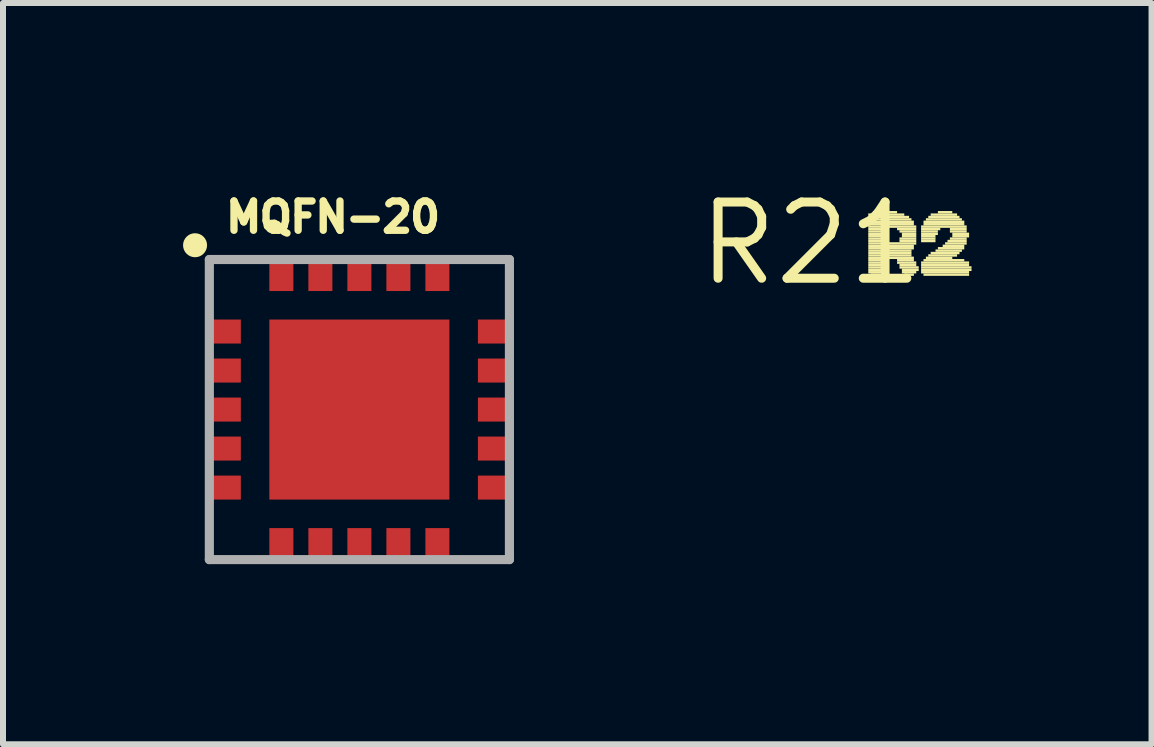
<source format=kicad_pcb>
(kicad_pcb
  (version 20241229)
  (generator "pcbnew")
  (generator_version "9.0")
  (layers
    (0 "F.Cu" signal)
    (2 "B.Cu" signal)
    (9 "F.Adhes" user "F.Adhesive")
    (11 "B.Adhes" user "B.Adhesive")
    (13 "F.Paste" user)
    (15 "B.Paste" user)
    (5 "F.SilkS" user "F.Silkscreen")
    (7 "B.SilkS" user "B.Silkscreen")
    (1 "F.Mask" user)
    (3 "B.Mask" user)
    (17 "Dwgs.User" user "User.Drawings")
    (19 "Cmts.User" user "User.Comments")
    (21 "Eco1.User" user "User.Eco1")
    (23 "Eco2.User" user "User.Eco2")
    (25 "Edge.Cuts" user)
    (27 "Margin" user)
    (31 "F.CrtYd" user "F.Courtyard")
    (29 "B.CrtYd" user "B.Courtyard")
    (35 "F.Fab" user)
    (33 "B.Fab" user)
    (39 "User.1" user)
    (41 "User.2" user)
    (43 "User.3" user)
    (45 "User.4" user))
  (footprint "MQFN-20"
    (layer "F.Cu")
    (at 2.938 3.774)
    (property "Reference" "MQFN-20" (at -2.286 -2.921 0) (layer "F.SilkS") (effects (font (size 0.488 0.488) (thickness 0.122)) (justify left bottom)))
    (fp_circle (center -2.738 -2.738) (end -2.638 -2.738) (stroke (width 0.2) (type solid)) (fill no) (layer "F.SilkS"))
    (fp_poly (pts (xy -0.5 0.5) (xy 0.5 0.5) (xy 0.5 -0.5) (xy -0.5 -0.5)) (stroke (width 0) (type default)) (fill yes) (layer "F.Paste"))
    (fp_line (start -2.5 -2.5) (end 2.5 -2.5) (stroke (width 0.152) (type solid)) (layer "F.Fab"))
    (fp_line (start -2.5 2.5) (end -2.5 -2.5) (stroke (width 0.152) (type solid)) (layer "F.Fab"))
    (fp_line (start 2.5 -2.5) (end 2.5 2.5) (stroke (width 0.152) (type solid)) (layer "F.Fab"))
    (fp_line (start 2.5 2.5) (end -2.5 2.5) (stroke (width 0.152) (type solid)) (layer "F.Fab"))
    (pad "1" smd rect (at -2.25 -1.3 90) (size 0.4 0.55) (layers "F.Cu" "F.Mask" "F.Paste"))
    (pad "2" smd rect (at -2.25 -0.65 90) (size 0.4 0.55) (layers "F.Cu" "F.Mask" "F.Paste"))
    (pad "3" smd rect (at -2.25 0 90) (size 0.4 0.55) (layers "F.Cu" "F.Mask" "F.Paste"))
    (pad "4" smd rect (at -2.25 0.65 90) (size 0.4 0.55) (layers "F.Cu" "F.Mask" "F.Paste"))
    (pad "5" smd rect (at -2.25 1.3 90) (size 0.4 0.55) (layers "F.Cu" "F.Mask" "F.Paste"))
    (pad "6" smd rect (at -1.3 2.25 180) (size 0.4 0.55) (layers "F.Cu" "F.Mask" "F.Paste"))
    (pad "7" smd rect (at -0.65 2.25 180) (size 0.4 0.55) (layers "F.Cu" "F.Mask" "F.Paste"))
    (pad "8" smd rect (at 0 2.25 180) (size 0.4 0.55) (layers "F.Cu" "F.Mask" "F.Paste"))
    (pad "9" smd rect (at 0.65 2.25 180) (size 0.4 0.55) (layers "F.Cu" "F.Mask" "F.Paste"))
    (pad "10" smd rect (at 1.3 2.25 180) (size 0.4 0.55) (layers "F.Cu" "F.Mask" "F.Paste"))
    (pad "11" smd rect (at 2.25 1.3 270) (size 0.4 0.55) (layers "F.Cu" "F.Mask" "F.Paste"))
    (pad "12" smd rect (at 2.25 0.65 90) (size 0.4 0.55) (layers "F.Cu" "F.Mask" "F.Paste"))
    (pad "13" smd rect (at 2.25 0 90) (size 0.4 0.55) (layers "F.Cu" "F.Mask" "F.Paste"))
    (pad "14" smd rect (at 2.25 -0.65 90) (size 0.4 0.55) (layers "F.Cu" "F.Mask" "F.Paste"))
    (pad "15" smd rect (at 2.25 -1.3 90) (size 0.4 0.55) (layers "F.Cu" "F.Mask" "F.Paste"))
    (pad "16" smd rect (at 1.3 -2.25) (size 0.4 0.55) (layers "F.Cu" "F.Mask" "F.Paste"))
    (pad "17" smd rect (at 0.65 -2.25) (size 0.4 0.55) (layers "F.Cu" "F.Mask" "F.Paste"))
    (pad "18" smd rect (at 0 -2.25) (size 0.4 0.55) (layers "F.Cu" "F.Mask" "F.Paste"))
    (pad "19" smd rect (at -0.65 -2.25) (size 0.4 0.55) (layers "F.Cu" "F.Mask" "F.Paste"))
    (pad "20" smd rect (at -1.3 -2.25) (size 0.4 0.55) (layers "F.Cu" "F.Mask" "F.Paste"))
    (pad "21" smd rect (at 0 0) (size 3 3) (layers "F.Cu" "F.Mask")))
  (footprint "R21"
    (layer "F.Cu")
    (at 10.457 1.006)
    (property "Reference" "R21" (at 0 0 0) (layer "F.SilkS") (effects (font (size 1.27 1.27) (thickness 0.15))))
    (fp_poly (pts (xy 0.96 -0.46) (xy 1.56 -0.46) (xy 1.56 -0.5) (xy 0.96 -0.5)) (stroke (width 0) (type default)) (fill yes) (layer "F.SilkS"))
    (fp_poly (pts (xy 0.96 -0.42) (xy 1.64 -0.42) (xy 1.64 -0.46) (xy 0.96 -0.46)) (stroke (width 0) (type default)) (fill yes) (layer "F.SilkS"))
    (fp_poly (pts (xy 0.96 -0.38) (xy 1.68 -0.38) (xy 1.68 -0.42) (xy 0.96 -0.42)) (stroke (width 0) (type default)) (fill yes) (layer "F.SilkS"))
    (fp_poly (pts (xy 0.96 -0.34) (xy 1.72 -0.34) (xy 1.72 -0.38) (xy 0.96 -0.38)) (stroke (width 0) (type default)) (fill yes) (layer "F.SilkS"))
    (fp_poly (pts (xy 0.96 -0.3) (xy 1.72 -0.3) (xy 1.72 -0.34) (xy 0.96 -0.34)) (stroke (width 0) (type default)) (fill yes) (layer "F.SilkS"))
    (fp_poly (pts (xy 0.96 -0.26) (xy 1.76 -0.26) (xy 1.76 -0.3) (xy 0.96 -0.3)) (stroke (width 0) (type default)) (fill yes) (layer "F.SilkS"))
    (fp_poly (pts (xy 0.96 -0.22) (xy 1.2 -0.22) (xy 1.2 -0.26) (xy 0.96 -0.26)) (stroke (width 0) (type default)) (fill yes) (layer "F.SilkS"))
    (fp_poly (pts (xy 0.96 -0.18) (xy 1.2 -0.18) (xy 1.2 -0.22) (xy 0.96 -0.22)) (stroke (width 0) (type default)) (fill yes) (layer "F.SilkS"))
    (fp_poly (pts (xy 0.96 -0.14) (xy 1.2 -0.14) (xy 1.2 -0.18) (xy 0.96 -0.18)) (stroke (width 0) (type default)) (fill yes) (layer "F.SilkS"))
    (fp_poly (pts (xy 0.96 -0.1) (xy 1.2 -0.1) (xy 1.2 -0.14) (xy 0.96 -0.14)) (stroke (width 0) (type default)) (fill yes) (layer "F.SilkS"))
    (fp_poly (pts (xy 0.96 -0.06) (xy 1.2 -0.06) (xy 1.2 -0.1) (xy 0.96 -0.1)) (stroke (width 0) (type default)) (fill yes) (layer "F.SilkS"))
    (fp_poly (pts (xy 0.96 -0.02) (xy 1.2 -0.02) (xy 1.2 -0.06) (xy 0.96 -0.06)) (stroke (width 0) (type default)) (fill yes) (layer "F.SilkS"))
    (fp_poly (pts (xy 0.96 0.02) (xy 1.76 0.02) (xy 1.76 -0.02) (xy 0.96 -0.02)) (stroke (width 0) (type default)) (fill yes) (layer "F.SilkS"))
    (fp_poly (pts (xy 0.96 0.06) (xy 1.72 0.06) (xy 1.72 0.02) (xy 0.96 0.02)) (stroke (width 0) (type default)) (fill yes) (layer "F.SilkS"))
    (fp_poly (pts (xy 0.96 0.1) (xy 1.72 0.1) (xy 1.72 0.06) (xy 0.96 0.06)) (stroke (width 0) (type default)) (fill yes) (layer "F.SilkS"))
    (fp_poly (pts (xy 0.96 0.14) (xy 1.68 0.14) (xy 1.68 0.1) (xy 0.96 0.1)) (stroke (width 0) (type default)) (fill yes) (layer "F.SilkS"))
    (fp_poly (pts (xy 0.96 0.18) (xy 1.68 0.18) (xy 1.68 0.14) (xy 0.96 0.14)) (stroke (width 0) (type default)) (fill yes) (layer "F.SilkS"))
    (fp_poly (pts (xy 0.96 0.22) (xy 1.68 0.22) (xy 1.68 0.18) (xy 0.96 0.18)) (stroke (width 0) (type default)) (fill yes) (layer "F.SilkS"))
    (fp_poly (pts (xy 0.96 0.26) (xy 1.72 0.26) (xy 1.72 0.22) (xy 0.96 0.22)) (stroke (width 0) (type default)) (fill yes) (layer "F.SilkS"))
    (fp_poly (pts (xy 0.96 0.3) (xy 1.2 0.3) (xy 1.2 0.26) (xy 0.96 0.26)) (stroke (width 0) (type default)) (fill yes) (layer "F.SilkS"))
    (fp_poly (pts (xy 0.96 0.34) (xy 1.2 0.34) (xy 1.2 0.3) (xy 0.96 0.3)) (stroke (width 0) (type default)) (fill yes) (layer "F.SilkS"))
    (fp_poly (pts (xy 0.96 0.38) (xy 1.2 0.38) (xy 1.2 0.34) (xy 0.96 0.34)) (stroke (width 0) (type default)) (fill yes) (layer "F.SilkS"))
    (fp_poly (pts (xy 0.96 0.42) (xy 1.2 0.42) (xy 1.2 0.38) (xy 0.96 0.38)) (stroke (width 0) (type default)) (fill yes) (layer "F.SilkS"))
    (fp_poly (pts (xy 0.96 0.46) (xy 1.2 0.46) (xy 1.2 0.42) (xy 0.96 0.42)) (stroke (width 0) (type default)) (fill yes) (layer "F.SilkS"))
    (fp_poly (pts (xy 0.96 0.5) (xy 1.2 0.5) (xy 1.2 0.46) (xy 0.96 0.46)) (stroke (width 0) (type default)) (fill yes) (layer "F.SilkS"))
    (fp_poly (pts (xy 1 0.54) (xy 1.16 0.54) (xy 1.16 0.5) (xy 1 0.5)) (stroke (width 0) (type default)) (fill yes) (layer "F.SilkS"))
    (fp_poly (pts (xy 1.04 -0.5) (xy 1.44 -0.5) (xy 1.44 -0.54) (xy 1.04 -0.54)) (stroke (width 0) (type default)) (fill yes) (layer "F.SilkS"))
    (fp_poly (pts (xy 1.44 -0.22) (xy 1.76 -0.22) (xy 1.76 -0.26) (xy 1.44 -0.26)) (stroke (width 0) (type default)) (fill yes) (layer "F.SilkS"))
    (fp_poly (pts (xy 1.44 0.3) (xy 1.72 0.3) (xy 1.72 0.26) (xy 1.44 0.26)) (stroke (width 0) (type default)) (fill yes) (layer "F.SilkS"))
    (fp_poly (pts (xy 1.44 0.34) (xy 1.76 0.34) (xy 1.76 0.3) (xy 1.44 0.3)) (stroke (width 0) (type default)) (fill yes) (layer "F.SilkS"))
    (fp_poly (pts (xy 1.48 -0.18) (xy 1.76 -0.18) (xy 1.76 -0.22) (xy 1.48 -0.22)) (stroke (width 0) (type default)) (fill yes) (layer "F.SilkS"))
    (fp_poly (pts (xy 1.48 -0.06) (xy 1.76 -0.06) (xy 1.76 -0.1) (xy 1.48 -0.1)) (stroke (width 0) (type default)) (fill yes) (layer "F.SilkS"))
    (fp_poly (pts (xy 1.48 -0.02) (xy 1.76 -0.02) (xy 1.76 -0.06) (xy 1.48 -0.06)) (stroke (width 0) (type default)) (fill yes) (layer "F.SilkS"))
    (fp_poly (pts (xy 1.48 0.38) (xy 1.76 0.38) (xy 1.76 0.34) (xy 1.48 0.34)) (stroke (width 0) (type default)) (fill yes) (layer "F.SilkS"))
    (fp_poly (pts (xy 1.48 0.42) (xy 1.8 0.42) (xy 1.8 0.38) (xy 1.48 0.38)) (stroke (width 0) (type default)) (fill yes) (layer "F.SilkS"))
    (fp_poly (pts (xy 1.52 -0.14) (xy 1.76 -0.14) (xy 1.76 -0.18) (xy 1.52 -0.18)) (stroke (width 0) (type default)) (fill yes) (layer "F.SilkS"))
    (fp_poly (pts (xy 1.52 -0.1) (xy 1.76 -0.1) (xy 1.76 -0.14) (xy 1.52 -0.14)) (stroke (width 0) (type default)) (fill yes) (layer "F.SilkS"))
    (fp_poly (pts (xy 1.52 0.46) (xy 1.8 0.46) (xy 1.8 0.42) (xy 1.52 0.42)) (stroke (width 0) (type default)) (fill yes) (layer "F.SilkS"))
    (fp_poly (pts (xy 1.52 0.5) (xy 1.76 0.5) (xy 1.76 0.46) (xy 1.52 0.46)) (stroke (width 0) (type default)) (fill yes) (layer "F.SilkS"))
    (fp_poly (pts (xy 1.56 0.54) (xy 1.72 0.54) (xy 1.72 0.5) (xy 1.56 0.5)) (stroke (width 0) (type default)) (fill yes) (layer "F.SilkS"))
    (fp_poly (pts (xy 1.84 -0.26) (xy 2.6 -0.26) (xy 2.6 -0.3) (xy 1.84 -0.3)) (stroke (width 0) (type default)) (fill yes) (layer "F.SilkS"))
    (fp_poly (pts (xy 1.84 -0.22) (xy 2.16 -0.22) (xy 2.16 -0.26) (xy 1.84 -0.26)) (stroke (width 0) (type default)) (fill yes) (layer "F.SilkS"))
    (fp_poly (pts (xy 1.84 -0.18) (xy 2.12 -0.18) (xy 2.12 -0.22) (xy 1.84 -0.22)) (stroke (width 0) (type default)) (fill yes) (layer "F.SilkS"))
    (fp_poly (pts (xy 1.84 -0.14) (xy 2.12 -0.14) (xy 2.12 -0.18) (xy 1.84 -0.18)) (stroke (width 0) (type default)) (fill yes) (layer "F.SilkS"))
    (fp_poly (pts (xy 1.84 -0.1) (xy 2.08 -0.1) (xy 2.08 -0.14) (xy 1.84 -0.14)) (stroke (width 0) (type default)) (fill yes) (layer "F.SilkS"))
    (fp_poly (pts (xy 1.84 -0.06) (xy 2.08 -0.06) (xy 2.08 -0.1) (xy 1.84 -0.1)) (stroke (width 0) (type default)) (fill yes) (layer "F.SilkS"))
    (fp_poly (pts (xy 1.84 -0.02) (xy 2.08 -0.02) (xy 2.08 -0.06) (xy 1.84 -0.06)) (stroke (width 0) (type default)) (fill yes) (layer "F.SilkS"))
    (fp_poly (pts (xy 1.84 0.34) (xy 2.64 0.34) (xy 2.64 0.3) (xy 1.84 0.3)) (stroke (width 0) (type default)) (fill yes) (layer "F.SilkS"))
    (fp_poly (pts (xy 1.84 0.38) (xy 2.64 0.38) (xy 2.64 0.34) (xy 1.84 0.34)) (stroke (width 0) (type default)) (fill yes) (layer "F.SilkS"))
    (fp_poly (pts (xy 1.84 0.42) (xy 2.68 0.42) (xy 2.68 0.38) (xy 1.84 0.38)) (stroke (width 0) (type default)) (fill yes) (layer "F.SilkS"))
    (fp_poly (pts (xy 1.84 0.46) (xy 2.68 0.46) (xy 2.68 0.42) (xy 1.84 0.42)) (stroke (width 0) (type default)) (fill yes) (layer "F.SilkS"))
    (fp_poly (pts (xy 1.84 0.5) (xy 2.64 0.5) (xy 2.64 0.46) (xy 1.84 0.46)) (stroke (width 0) (type default)) (fill yes) (layer "F.SilkS"))
    (fp_poly (pts (xy 1.88 -0.34) (xy 2.56 -0.34) (xy 2.56 -0.38) (xy 1.88 -0.38)) (stroke (width 0) (type default)) (fill yes) (layer "F.SilkS"))
    (fp_poly (pts (xy 1.88 -0.3) (xy 2.56 -0.3) (xy 2.56 -0.34) (xy 1.88 -0.34)) (stroke (width 0) (type default)) (fill yes) (layer "F.SilkS"))
    (fp_poly (pts (xy 1.88 0.3) (xy 2.56 0.3) (xy 2.56 0.26) (xy 1.88 0.26)) (stroke (width 0) (type default)) (fill yes) (layer "F.SilkS"))
    (fp_poly (pts (xy 1.88 0.54) (xy 2.64 0.54) (xy 2.64 0.5) (xy 1.88 0.5)) (stroke (width 0) (type default)) (fill yes) (layer "F.SilkS"))
    (fp_poly (pts (xy 1.92 -0.38) (xy 2.52 -0.38) (xy 2.52 -0.42) (xy 1.92 -0.42)) (stroke (width 0) (type default)) (fill yes) (layer "F.SilkS"))
    (fp_poly (pts (xy 1.92 0.26) (xy 2.36 0.26) (xy 2.36 0.22) (xy 1.92 0.22)) (stroke (width 0) (type default)) (fill yes) (layer "F.SilkS"))
    (fp_poly (pts (xy 1.96 -0.42) (xy 2.48 -0.42) (xy 2.48 -0.46) (xy 1.96 -0.46)) (stroke (width 0) (type default)) (fill yes) (layer "F.SilkS"))
    (fp_poly (pts (xy 1.96 0.22) (xy 2.44 0.22) (xy 2.44 0.18) (xy 1.96 0.18)) (stroke (width 0) (type default)) (fill yes) (layer "F.SilkS"))
    (fp_poly (pts (xy 2 -0.46) (xy 2.44 -0.46) (xy 2.44 -0.5) (xy 2 -0.5)) (stroke (width 0) (type default)) (fill yes) (layer "F.SilkS"))
    (fp_poly (pts (xy 2 0.18) (xy 2.48 0.18) (xy 2.48 0.14) (xy 2 0.14)) (stroke (width 0) (type default)) (fill yes) (layer "F.SilkS"))
    (fp_poly (pts (xy 2.08 0.14) (xy 2.52 0.14) (xy 2.52 0.1) (xy 2.08 0.1)) (stroke (width 0) (type default)) (fill yes) (layer "F.SilkS"))
    (fp_poly (pts (xy 2.12 -0.5) (xy 2.36 -0.5) (xy 2.36 -0.54) (xy 2.12 -0.54)) (stroke (width 0) (type default)) (fill yes) (layer "F.SilkS"))
    (fp_poly (pts (xy 2.12 0.1) (xy 2.56 0.1) (xy 2.56 0.06) (xy 2.12 0.06)) (stroke (width 0) (type default)) (fill yes) (layer "F.SilkS"))
    (fp_poly (pts (xy 2.2 0.06) (xy 2.56 0.06) (xy 2.56 0.02) (xy 2.2 0.02)) (stroke (width 0) (type default)) (fill yes) (layer "F.SilkS"))
    (fp_poly (pts (xy 2.24 0.02) (xy 2.6 0.02) (xy 2.6 -0.02) (xy 2.24 -0.02)) (stroke (width 0) (type default)) (fill yes) (layer "F.SilkS"))
    (fp_poly (pts (xy 2.28 -0.02) (xy 2.6 -0.02) (xy 2.6 -0.06) (xy 2.28 -0.06)) (stroke (width 0) (type default)) (fill yes) (layer "F.SilkS"))
    (fp_poly (pts (xy 2.32 -0.22) (xy 2.6 -0.22) (xy 2.6 -0.26) (xy 2.32 -0.26)) (stroke (width 0) (type default)) (fill yes) (layer "F.SilkS"))
    (fp_poly (pts (xy 2.32 -0.18) (xy 2.6 -0.18) (xy 2.6 -0.22) (xy 2.32 -0.22)) (stroke (width 0) (type default)) (fill yes) (layer "F.SilkS"))
    (fp_poly (pts (xy 2.32 -0.06) (xy 2.6 -0.06) (xy 2.6 -0.1) (xy 2.32 -0.1)) (stroke (width 0) (type default)) (fill yes) (layer "F.SilkS"))
    (fp_poly (pts (xy 2.36 -0.14) (xy 2.64 -0.14) (xy 2.64 -0.18) (xy 2.36 -0.18)) (stroke (width 0) (type default)) (fill yes) (layer "F.SilkS"))
    (fp_poly (pts (xy 2.36 -0.1) (xy 2.64 -0.1) (xy 2.64 -0.14) (xy 2.36 -0.14)) (stroke (width 0) (type default)) (fill yes) (layer "F.SilkS")))
  (gr_rect
    (start -3 -3)
    (end 16.137 9.351)
    (stroke (width 0.1) (type default))
    (fill no)
    (layer "Edge.Cuts")))
</source>
